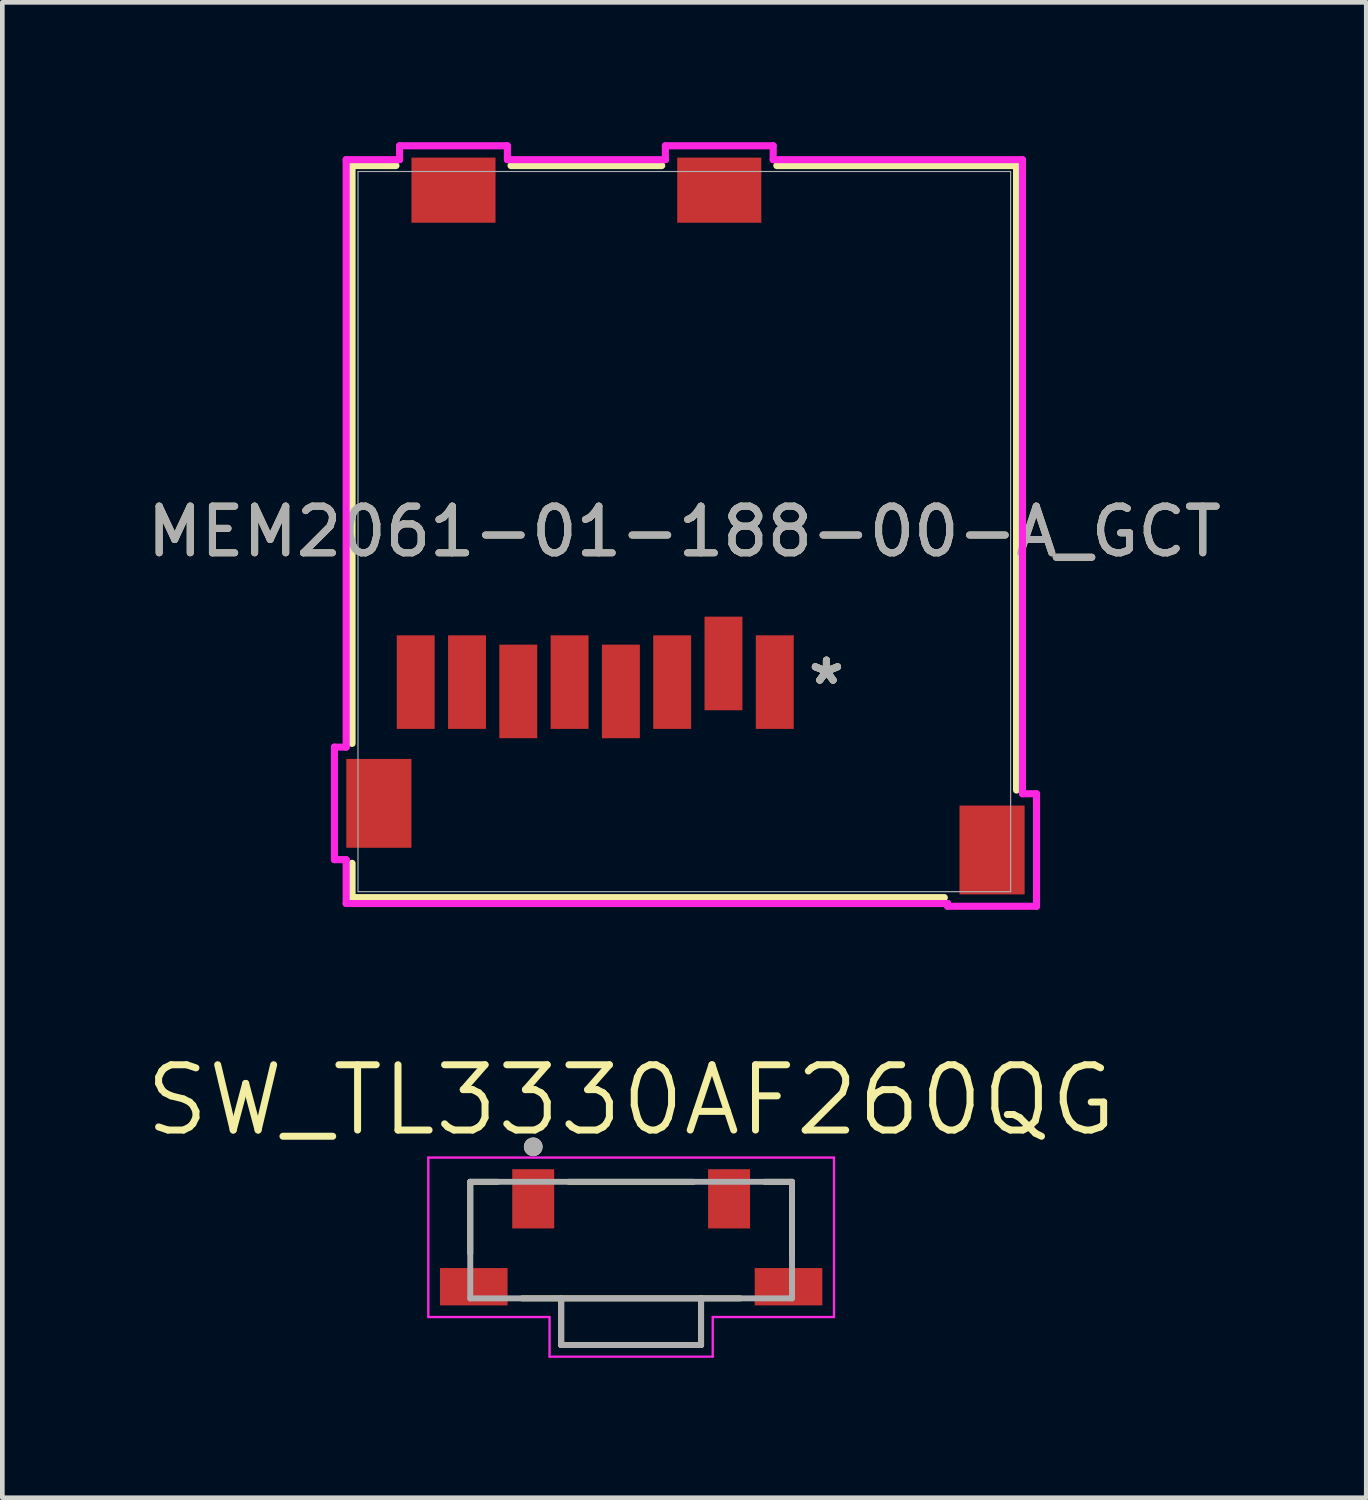
<source format=kicad_pcb>
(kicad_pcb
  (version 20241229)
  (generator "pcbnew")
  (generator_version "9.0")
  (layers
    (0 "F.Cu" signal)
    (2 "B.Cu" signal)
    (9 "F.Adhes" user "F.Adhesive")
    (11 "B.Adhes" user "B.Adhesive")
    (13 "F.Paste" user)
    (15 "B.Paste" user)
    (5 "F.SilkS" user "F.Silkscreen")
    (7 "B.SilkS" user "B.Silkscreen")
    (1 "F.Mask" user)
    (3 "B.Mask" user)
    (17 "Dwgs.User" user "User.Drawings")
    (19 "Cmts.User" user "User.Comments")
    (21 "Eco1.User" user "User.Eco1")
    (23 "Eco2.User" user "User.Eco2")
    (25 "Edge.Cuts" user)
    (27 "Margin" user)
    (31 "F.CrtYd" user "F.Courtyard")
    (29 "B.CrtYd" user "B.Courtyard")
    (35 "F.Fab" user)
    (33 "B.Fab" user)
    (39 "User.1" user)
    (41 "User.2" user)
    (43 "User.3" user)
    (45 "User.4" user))
  (footprint "MEM2061-01-188-00-A_GCT"
    (layer "F.Cu")
    (at 11.625 8.35)
    (property "Reference" "MEM2061-01-188-00-A_GCT" (at 0 0 0) (unlocked yes) (layer "F.SilkS") (effects (font (size 1 1) (thickness 0.15))))
    (attr smd)
    (fp_line (start -7.125 -7.849) (end -7.125 4.543) (stroke (width 0.152) (type solid)) (layer "F.SilkS"))
    (fp_line (start -7.125 7.114) (end -7.125 7.849) (stroke (width 0.152) (type solid)) (layer "F.SilkS"))
    (fp_line (start -7.125 7.849) (end 5.576 7.849) (stroke (width 0.152) (type solid)) (layer "F.SilkS"))
    (fp_line (start -6.184 -7.849) (end -7.125 -7.849) (stroke (width 0.152) (type solid)) (layer "F.SilkS"))
    (fp_line (start -0.484 -7.849) (end -3.716 -7.849) (stroke (width 0.152) (type solid)) (layer "F.SilkS"))
    (fp_line (start 7.125 -7.849) (end 1.984 -7.849) (stroke (width 0.152) (type solid)) (layer "F.SilkS"))
    (fp_line (start 7.125 5.543) (end 7.125 -7.849) (stroke (width 0.152) (type solid)) (layer "F.SilkS"))
    (fp_line (start -7.503 4.622) (end -7.503 7.035) (stroke (width 0.152) (type solid)) (layer "F.CrtYd"))
    (fp_line (start -7.503 7.035) (end -7.252 7.035) (stroke (width 0.152) (type solid)) (layer "F.CrtYd"))
    (fp_line (start -7.252 -7.976) (end -7.252 4.622) (stroke (width 0.152) (type solid)) (layer "F.CrtYd"))
    (fp_line (start -7.252 4.622) (end -7.503 4.622) (stroke (width 0.152) (type solid)) (layer "F.CrtYd"))
    (fp_line (start -7.252 7.035) (end -7.252 7.976) (stroke (width 0.152) (type solid)) (layer "F.CrtYd"))
    (fp_line (start -7.252 7.976) (end 5.648 7.976) (stroke (width 0.152) (type solid)) (layer "F.CrtYd"))
    (fp_line (start -6.106 -8.274) (end -6.106 -7.976) (stroke (width 0.152) (type solid)) (layer "F.CrtYd"))
    (fp_line (start -6.106 -7.976) (end -7.252 -7.976) (stroke (width 0.152) (type solid)) (layer "F.CrtYd"))
    (fp_line (start -3.794 -8.274) (end -6.106 -8.274) (stroke (width 0.152) (type solid)) (layer "F.CrtYd"))
    (fp_line (start -3.794 -7.976) (end -3.794 -8.274) (stroke (width 0.152) (type solid)) (layer "F.CrtYd"))
    (fp_line (start -0.406 -8.274) (end -0.406 -7.976) (stroke (width 0.152) (type solid)) (layer "F.CrtYd"))
    (fp_line (start -0.406 -7.976) (end -3.794 -7.976) (stroke (width 0.152) (type solid)) (layer "F.CrtYd"))
    (fp_line (start 1.906 -8.274) (end -0.406 -8.274) (stroke (width 0.152) (type solid)) (layer "F.CrtYd"))
    (fp_line (start 1.906 -7.976) (end 1.906 -8.274) (stroke (width 0.152) (type solid)) (layer "F.CrtYd"))
    (fp_line (start 5.648 7.976) (end 5.648 8.035) (stroke (width 0.152) (type solid)) (layer "F.CrtYd"))
    (fp_line (start 5.648 8.035) (end 7.553 8.035) (stroke (width 0.152) (type solid)) (layer "F.CrtYd"))
    (fp_line (start 7.252 -7.976) (end 1.906 -7.976) (stroke (width 0.152) (type solid)) (layer "F.CrtYd"))
    (fp_line (start 7.252 5.622) (end 7.252 -7.976) (stroke (width 0.152) (type solid)) (layer "F.CrtYd"))
    (fp_line (start 7.553 5.622) (end 7.252 5.622) (stroke (width 0.152) (type solid)) (layer "F.CrtYd"))
    (fp_line (start 7.553 8.035) (end 7.553 5.622) (stroke (width 0.152) (type solid)) (layer "F.CrtYd"))
    (fp_line (start -6.998 -7.722) (end -6.998 7.722) (stroke (width 0.025) (type solid)) (layer "F.Fab"))
    (fp_line (start -6.998 7.722) (end 6.998 7.722) (stroke (width 0.025) (type solid)) (layer "F.Fab"))
    (fp_line (start 0 -7.722) (end 0 -7.722) (stroke (width 0.025) (type solid)) (layer "F.Fab"))
    (fp_line (start 0 -7.722) (end 0 -7.722) (stroke (width 0.025) (type solid)) (layer "F.Fab"))
    (fp_line (start 0 -7.722) (end 0 -7.722) (stroke (width 0.025) (type solid)) (layer "F.Fab"))
    (fp_line (start 0 -7.722) (end 0 -7.722) (stroke (width 0.025) (type solid)) (layer "F.Fab"))
    (fp_line (start 6.998 -7.722) (end -6.998 -7.722) (stroke (width 0.025) (type solid)) (layer "F.Fab"))
    (fp_line (start 6.998 7.722) (end 6.998 -7.722) (stroke (width 0.025) (type solid)) (layer "F.Fab"))
    (fp_text user "*" (at 3.048 3.302 0) (layer "F.SilkS") (effects (font (size 1 1) (thickness 0.15))))
    (fp_text user "*" (at 3.048 3.302 0) (unlocked yes) (layer "F.SilkS") (effects (font (size 1 1) (thickness 0.15))))
    (fp_text user "${REFERENCE}" (at 0 0 0) (unlocked yes) (layer "F.Fab") (effects (font (size 1 1) (thickness 0.15))))
    (fp_text user "*" (at 3.048 3.302 0) (unlocked yes) (layer "F.Fab") (effects (font (size 1 1) (thickness 0.15))))
    (fp_text user "*" (at 3.048 3.302 0) (layer "F.Fab") (effects (font (size 1 1) (thickness 0.15))))
    (pad "1" smd rect (at 1.94 3.228) (size 0.813 2.007) (layers "F.Cu" "F.Mask" "F.Paste"))
    (pad "2" smd rect (at 0.84 2.828) (size 0.813 2.007) (layers "F.Cu" "F.Mask" "F.Paste"))
    (pad "3" smd rect (at -0.26 3.228) (size 0.813 2.007) (layers "F.Cu" "F.Mask" "F.Paste"))
    (pad "4" smd rect (at -1.36 3.428) (size 0.813 2.007) (layers "F.Cu" "F.Mask" "F.Paste"))
    (pad "5" smd rect (at -2.46 3.228) (size 0.813 2.007) (layers "F.Cu" "F.Mask" "F.Paste"))
    (pad "6" smd rect (at -3.56 3.428) (size 0.813 2.007) (layers "F.Cu" "F.Mask" "F.Paste"))
    (pad "7" smd rect (at -4.66 3.228) (size 0.813 2.007) (layers "F.Cu" "F.Mask" "F.Paste"))
    (pad "8" smd rect (at -5.76 3.228) (size 0.813 2.007) (layers "F.Cu" "F.Mask" "F.Paste"))
    (pad "9" smd rect (at -4.95 -7.322) (size 1.803 1.397) (layers "F.Cu" "F.Mask" "F.Paste"))
    (pad "10" smd rect (at 0.75 -7.322) (size 1.803 1.397) (layers "F.Cu" "F.Mask" "F.Paste"))
    (pad "11" smd rect (at -6.55 5.828) (size 1.397 1.905) (layers "F.Cu" "F.Mask" "F.Paste"))
    (pad "12" smd rect (at 6.6 6.828) (size 1.397 1.905) (layers "F.Cu" "F.Mask" "F.Paste")))
  (footprint "SW_TL3330AF260QG"
    (layer "F.Cu")
    (at 10.485 23.544)
    (property "Reference" "SW_TL3330AF260QG" (at 0 -3 0) (layer "F.SilkS") (effects (font (size 1.4 1.4) (thickness 0.15))))
    (attr smd)
    (fp_line (start -3.45 -1.25) (end -3.45 0.286) (stroke (width 0.127) (type solid)) (layer "F.SilkS"))
    (fp_line (start -2.864 -1.25) (end -3.45 -1.25) (stroke (width 0.127) (type solid)) (layer "F.SilkS"))
    (fp_line (start -2.337 1.25) (end -1.5 1.25) (stroke (width 0.127) (type solid)) (layer "F.SilkS"))
    (fp_line (start -1.5 1.25) (end -1.5 2.25) (stroke (width 0.127) (type solid)) (layer "F.SilkS"))
    (fp_line (start -1.5 1.25) (end 1.5 1.25) (stroke (width 0.127) (type solid)) (layer "F.SilkS"))
    (fp_line (start -1.5 2.25) (end 1.5 2.25) (stroke (width 0.127) (type solid)) (layer "F.SilkS"))
    (fp_line (start -1.337 -1.25) (end 1.337 -1.25) (stroke (width 0.127) (type solid)) (layer "F.SilkS"))
    (fp_line (start 1.5 1.25) (end 2.337 1.25) (stroke (width 0.127) (type solid)) (layer "F.SilkS"))
    (fp_line (start 1.5 2.25) (end 1.5 1.25) (stroke (width 0.127) (type solid)) (layer "F.SilkS"))
    (fp_line (start 2.864 -1.25) (end 3.45 -1.25) (stroke (width 0.127) (type solid)) (layer "F.SilkS"))
    (fp_line (start 3.45 -1.25) (end 3.45 0.286) (stroke (width 0.127) (type solid)) (layer "F.SilkS"))
    (fp_circle (center -2.1 -2) (end -2 -2) (stroke (width 0.2) (type solid)) (fill no) (layer "F.SilkS"))
    (fp_line (start -4.35 -1.77) (end 4.35 -1.77) (stroke (width 0.05) (type solid)) (layer "F.CrtYd"))
    (fp_line (start -4.35 1.65) (end -4.35 -1.77) (stroke (width 0.05) (type solid)) (layer "F.CrtYd"))
    (fp_line (start -1.75 1.65) (end -4.35 1.65) (stroke (width 0.05) (type solid)) (layer "F.CrtYd"))
    (fp_line (start -1.75 2.5) (end -1.75 1.65) (stroke (width 0.05) (type solid)) (layer "F.CrtYd"))
    (fp_line (start 1.75 1.65) (end 1.75 2.5) (stroke (width 0.05) (type solid)) (layer "F.CrtYd"))
    (fp_line (start 1.75 2.5) (end -1.75 2.5) (stroke (width 0.05) (type solid)) (layer "F.CrtYd"))
    (fp_line (start 4.35 -1.77) (end 4.35 1.65) (stroke (width 0.05) (type solid)) (layer "F.CrtYd"))
    (fp_line (start 4.35 1.65) (end 1.75 1.65) (stroke (width 0.05) (type solid)) (layer "F.CrtYd"))
    (fp_line (start -3.45 -1.25) (end 3.45 -1.25) (stroke (width 0.127) (type solid)) (layer "F.Fab"))
    (fp_line (start -3.45 1.25) (end -3.45 -1.25) (stroke (width 0.127) (type solid)) (layer "F.Fab"))
    (fp_line (start -3.45 1.25) (end -1.5 1.25) (stroke (width 0.127) (type solid)) (layer "F.Fab"))
    (fp_line (start -1.5 1.25) (end -1.5 2.25) (stroke (width 0.127) (type solid)) (layer "F.Fab"))
    (fp_line (start -1.5 1.25) (end 1.5 1.25) (stroke (width 0.127) (type solid)) (layer "F.Fab"))
    (fp_line (start -1.5 2.25) (end 1.5 2.25) (stroke (width 0.127) (type solid)) (layer "F.Fab"))
    (fp_line (start 1.5 1.25) (end 3.45 1.25) (stroke (width 0.127) (type solid)) (layer "F.Fab"))
    (fp_line (start 1.5 2.25) (end 1.5 1.25) (stroke (width 0.127) (type solid)) (layer "F.Fab"))
    (fp_line (start 3.45 -1.25) (end 3.45 1.25) (stroke (width 0.127) (type solid)) (layer "F.Fab"))
    (fp_circle (center -2.1 -2) (end -2 -2) (stroke (width 0.2) (type solid)) (fill no) (layer "F.Fab"))
    (pad "1" smd rect (at 2.1 -0.885) (size 0.9 1.27) (layers "F.Cu" "F.Mask" "F.Paste"))
    (pad "2" smd rect (at -2.1 -0.885) (size 0.9 1.27) (layers "F.Cu" "F.Mask" "F.Paste"))
    (pad "MP" smd rect (at -3.375 1) (size 1.45 0.8) (layers "F.Cu" "F.Mask" "F.Paste"))
    (pad "MP" smd rect (at 3.375 1) (size 1.45 0.8) (layers "F.Cu" "F.Mask" "F.Paste")))
  (gr_rect
    (start -3 -3)
    (end 26.25 29.069)
    (stroke (width 0.1) (type default))
    (fill no)
    (layer "Edge.Cuts")))
</source>
